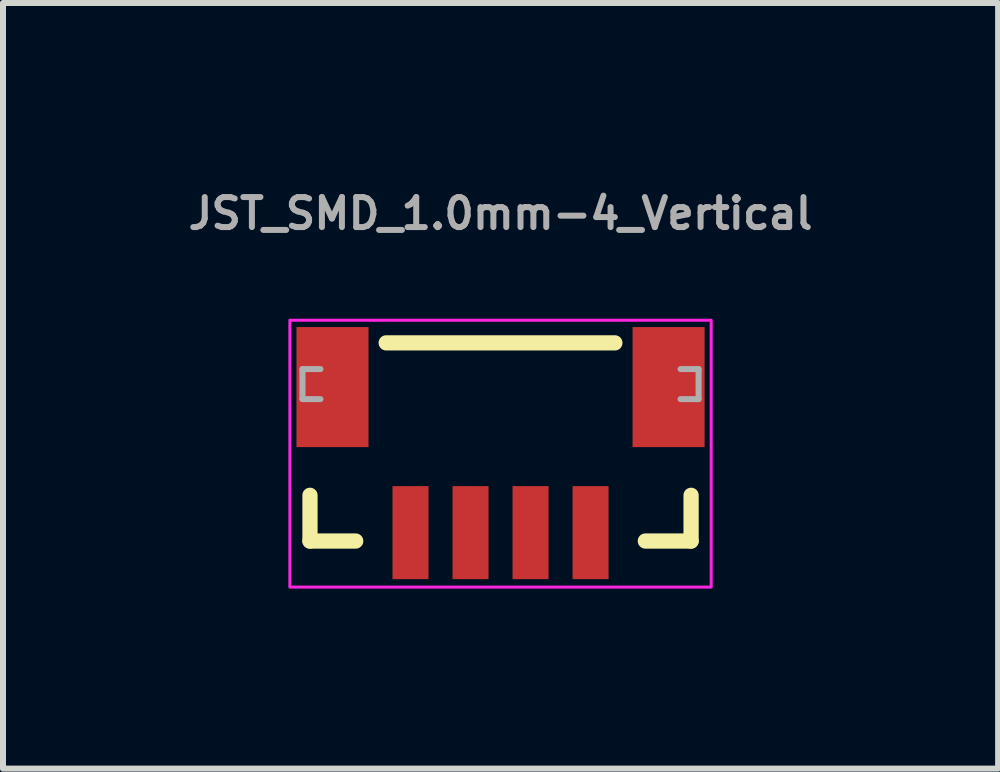
<source format=kicad_pcb>
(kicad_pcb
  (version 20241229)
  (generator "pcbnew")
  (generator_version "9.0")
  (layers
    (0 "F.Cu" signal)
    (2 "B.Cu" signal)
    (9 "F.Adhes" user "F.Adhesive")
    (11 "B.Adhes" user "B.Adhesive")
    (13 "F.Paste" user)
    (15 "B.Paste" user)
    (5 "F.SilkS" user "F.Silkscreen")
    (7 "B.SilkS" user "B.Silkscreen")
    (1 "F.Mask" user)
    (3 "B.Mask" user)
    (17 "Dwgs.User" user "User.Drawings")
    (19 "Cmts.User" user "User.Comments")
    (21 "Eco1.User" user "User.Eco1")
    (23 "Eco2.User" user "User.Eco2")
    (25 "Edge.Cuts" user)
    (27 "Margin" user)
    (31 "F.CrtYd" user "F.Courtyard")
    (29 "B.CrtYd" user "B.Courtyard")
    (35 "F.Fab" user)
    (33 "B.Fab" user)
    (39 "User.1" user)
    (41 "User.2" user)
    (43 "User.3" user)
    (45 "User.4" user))
  (footprint "JST_SMD_1.0mm-4_Vertical"
    (layer "F.Cu")
    (at 5.29 4.314)
    (property "Reference" "JST_SMD_1.0mm-4_Vertical" (at 0 -3.514 0) (layer "F.Fab") (effects (font (size 0.5 0.5) (thickness 0.1)) (justify bottom)))
    (attr smd)
    (fp_line (start -3.175 0.889) (end -3.175 1.651) (stroke (width 0.254) (type solid)) (layer "F.SilkS"))
    (fp_line (start -3.175 1.651) (end -2.413 1.651) (stroke (width 0.254) (type solid)) (layer "F.SilkS"))
    (fp_line (start 1.905 -1.651) (end -1.905 -1.651) (stroke (width 0.254) (type solid)) (layer "F.SilkS"))
    (fp_line (start 3.175 0.889) (end 3.175 1.651) (stroke (width 0.254) (type solid)) (layer "F.SilkS"))
    (fp_line (start 3.175 1.651) (end 2.413 1.651) (stroke (width 0.254) (type solid)) (layer "F.SilkS"))
    (fp_rect (start 3.51 -2.028) (end -3.51 2.418) (stroke (width 0.05) (type default)) (fill no) (layer "F.CrtYd"))
    (fp_line (start -3.3 -1.214) (end -3.3 -0.714) (stroke (width 0.1) (type solid)) (layer "F.Fab"))
    (fp_line (start -3.3 -0.714) (end -3 -0.714) (stroke (width 0.1) (type solid)) (layer "F.Fab"))
    (fp_line (start -3 -1.214) (end -3.3 -1.214) (stroke (width 0.1) (type solid)) (layer "F.Fab"))
    (fp_line (start 3 -0.714) (end 3.3 -0.714) (stroke (width 0.1) (type solid)) (layer "F.Fab"))
    (fp_line (start 3.3 -1.214) (end 3 -1.214) (stroke (width 0.1) (type solid)) (layer "F.Fab"))
    (fp_line (start 3.3 -0.714) (end 3.3 -1.214) (stroke (width 0.1) (type solid)) (layer "F.Fab"))
    (pad "1" smd rect (at -1.5 1.511) (size 0.6 1.55) (layers "F.Cu" "F.Mask" "F.Paste"))
    (pad "2" smd rect (at -0.5 1.511) (size 0.6 1.55) (layers "F.Cu" "F.Mask" "F.Paste"))
    (pad "3" smd rect (at 0.5 1.511) (size 0.6 1.55) (layers "F.Cu" "F.Mask" "F.Paste"))
    (pad "4" smd rect (at 1.5 1.511) (size 0.6 1.55) (layers "F.Cu" "F.Mask" "F.Paste"))
    (pad "NC1" smd rect (at -2.8 -0.914) (size 1.2 2) (layers "F.Cu" "F.Mask" "F.Paste"))
    (pad "NC2" smd rect (at 2.8 -0.914) (size 1.2 2) (layers "F.Cu" "F.Mask" "F.Paste")))
  (gr_rect
    (start -3 -3)
    (end 13.581 9.757)
    (stroke (width 0.1) (type default))
    (fill no)
    (layer "Edge.Cuts")))
</source>
